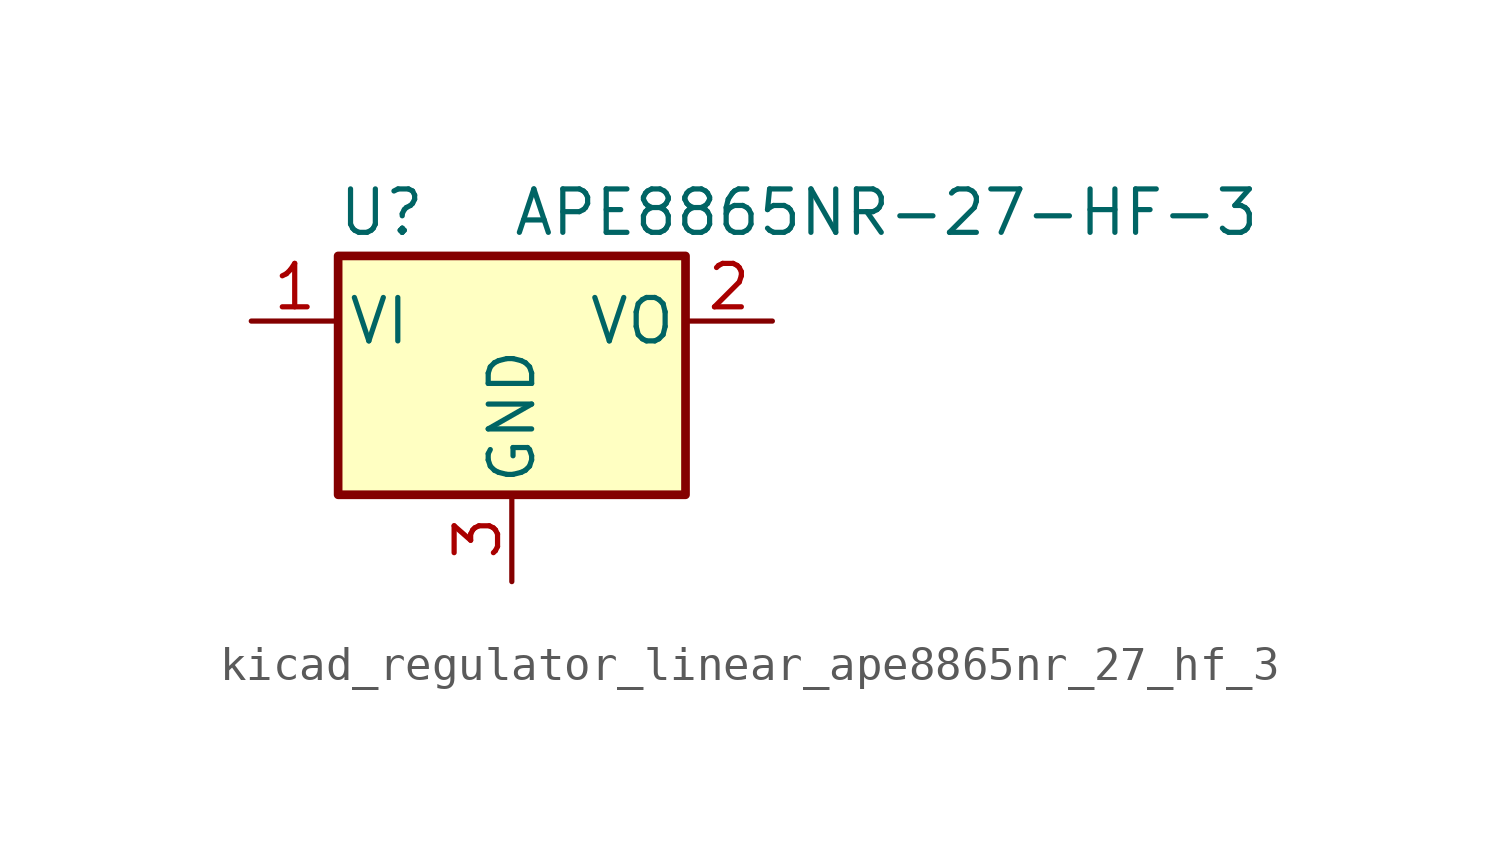
<source format=kicad_sym>
(kicad_symbol_lib
  (version 20220914)
  (generator kicad_symbol_editor)
  (symbol "kicad_regulator_linear_ape8865nr_27_hf_3"
    (pin_names
      (offset 0.254))
    (property "Reference" "U"
      (at -3.81 3.175 0)
      (effects (font (size 1.27 1.27))))
    (property "Value" "APE8865NR-27-HF-3"
      (at 0 3.175 0)
      (effects (font (size 1.27 1.27)) (justify left)))
    (symbol "kicad_regulator_linear_ape8865nr_27_hf_3_0_1"
      (rectangle (start -5.08 1.905) (end 5.08 -5.08) (stroke (width 0.254) (type default)) (fill (type background))))
    (symbol "kicad_regulator_linear_ape8865nr_27_hf_3_1_1"
      (pin power_in line (at -7.62 0 0) (length 2.54) (name "VI" (effects (font (size 1.27 1.27)))) (number "1" (effects (font (size 1.27 1.27)))))
      (pin power_out line (at 7.62 0 180) (length 2.54) (name "VO" (effects (font (size 1.27 1.27)))) (number "2" (effects (font (size 1.27 1.27)))))
      (pin power_in line (at 0 -7.62 90) (length 2.54) (name "GND" (effects (font (size 1.27 1.27)))) (number "3" (effects (font (size 1.27 1.27))))))))
</source>
